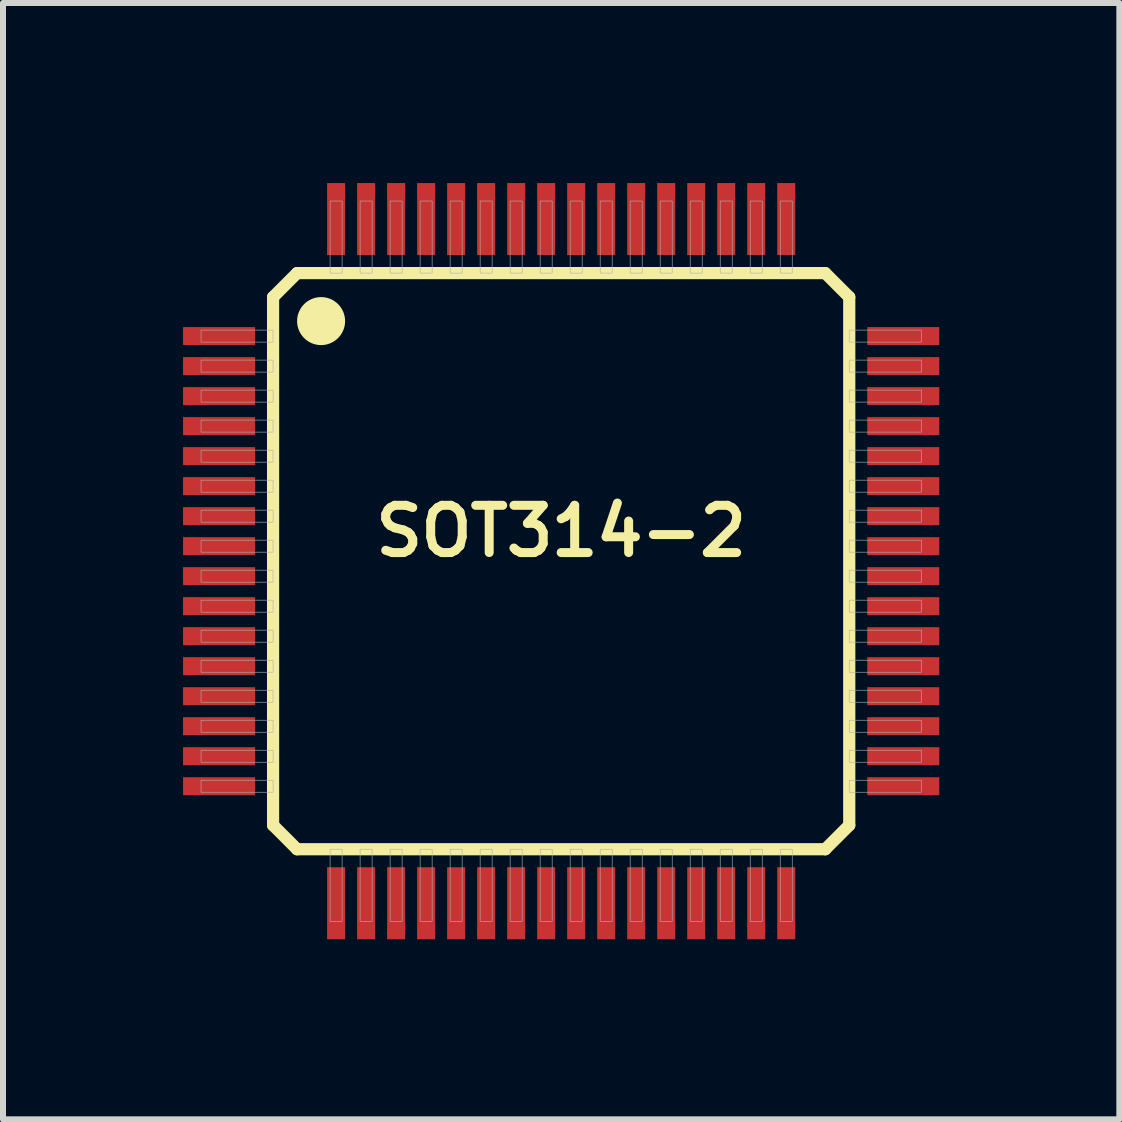
<source format=kicad_pcb>
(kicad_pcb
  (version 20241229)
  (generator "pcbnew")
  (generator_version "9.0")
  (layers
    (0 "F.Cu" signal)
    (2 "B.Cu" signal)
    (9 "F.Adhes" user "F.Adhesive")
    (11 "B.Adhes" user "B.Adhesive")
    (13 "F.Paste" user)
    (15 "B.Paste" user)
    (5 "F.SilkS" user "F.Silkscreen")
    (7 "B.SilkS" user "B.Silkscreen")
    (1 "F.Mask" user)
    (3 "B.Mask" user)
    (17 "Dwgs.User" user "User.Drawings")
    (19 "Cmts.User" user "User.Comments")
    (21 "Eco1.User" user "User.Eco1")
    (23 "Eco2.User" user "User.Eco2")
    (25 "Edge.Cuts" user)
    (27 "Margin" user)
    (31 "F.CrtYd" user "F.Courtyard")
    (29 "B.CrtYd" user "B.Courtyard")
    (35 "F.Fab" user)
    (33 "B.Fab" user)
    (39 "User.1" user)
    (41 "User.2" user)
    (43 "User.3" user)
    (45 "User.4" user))
  (footprint "SOT314-2"
    (layer "F.Cu")
    (at 6.3 6.3)
    (property "Reference" "SOT314-2" (at 0 -0.5 0) (layer "F.SilkS") (effects (font (size 0.787 0.787) (thickness 0.15))))
    (attr through_hole)
    (fp_line (start -4.8 -4.4) (end -4.4 -4.8) (stroke (width 0.203) (type solid)) (layer "F.SilkS"))
    (fp_line (start -4.8 4.4) (end -4.8 -4.4) (stroke (width 0.203) (type solid)) (layer "F.SilkS"))
    (fp_line (start -4.4 -4.8) (end 4.4 -4.8) (stroke (width 0.203) (type solid)) (layer "F.SilkS"))
    (fp_line (start -4.4 4.8) (end -4.8 4.4) (stroke (width 0.203) (type solid)) (layer "F.SilkS"))
    (fp_line (start 4.4 -4.8) (end 4.8 -4.4) (stroke (width 0.203) (type solid)) (layer "F.SilkS"))
    (fp_line (start 4.4 4.8) (end -4.4 4.8) (stroke (width 0.203) (type solid)) (layer "F.SilkS"))
    (fp_line (start 4.8 -4.4) (end 4.8 4.4) (stroke (width 0.203) (type solid)) (layer "F.SilkS"))
    (fp_line (start 4.8 4.4) (end 4.4 4.8) (stroke (width 0.203) (type solid)) (layer "F.SilkS"))
    (fp_circle (center -4 -4) (end -3.6 -4) (stroke (width 0) (type solid)) (fill yes) (layer "F.SilkS"))
    (fp_poly (pts (xy -6 -3.85) (xy -4.8 -3.85) (xy -4.8 -3.65) (xy -6 -3.65)) (stroke (width 0.01) (type solid)) (fill no) (layer "F.Fab"))
    (fp_poly (pts (xy -6 -3.35) (xy -4.8 -3.35) (xy -4.8 -3.15) (xy -6 -3.15)) (stroke (width 0.01) (type solid)) (fill no) (layer "F.Fab"))
    (fp_poly (pts (xy -6 -2.85) (xy -4.8 -2.85) (xy -4.8 -2.65) (xy -6 -2.65)) (stroke (width 0.01) (type solid)) (fill no) (layer "F.Fab"))
    (fp_poly (pts (xy -6 -2.35) (xy -4.8 -2.35) (xy -4.8 -2.15) (xy -6 -2.15)) (stroke (width 0.01) (type solid)) (fill no) (layer "F.Fab"))
    (fp_poly (pts (xy -6 -1.85) (xy -4.8 -1.85) (xy -4.8 -1.65) (xy -6 -1.65)) (stroke (width 0.01) (type solid)) (fill no) (layer "F.Fab"))
    (fp_poly (pts (xy -6 -1.35) (xy -4.8 -1.35) (xy -4.8 -1.15) (xy -6 -1.15)) (stroke (width 0.01) (type solid)) (fill no) (layer "F.Fab"))
    (fp_poly (pts (xy -6 -0.85) (xy -4.8 -0.85) (xy -4.8 -0.65) (xy -6 -0.65)) (stroke (width 0.01) (type solid)) (fill no) (layer "F.Fab"))
    (fp_poly (pts (xy -6 -0.35) (xy -4.8 -0.35) (xy -4.8 -0.15) (xy -6 -0.15)) (stroke (width 0.01) (type solid)) (fill no) (layer "F.Fab"))
    (fp_poly (pts (xy -6 0.15) (xy -4.8 0.15) (xy -4.8 0.35) (xy -6 0.35)) (stroke (width 0.01) (type solid)) (fill no) (layer "F.Fab"))
    (fp_poly (pts (xy -6 0.65) (xy -4.8 0.65) (xy -4.8 0.85) (xy -6 0.85)) (stroke (width 0.01) (type solid)) (fill no) (layer "F.Fab"))
    (fp_poly (pts (xy -6 1.15) (xy -4.8 1.15) (xy -4.8 1.35) (xy -6 1.35)) (stroke (width 0.01) (type solid)) (fill no) (layer "F.Fab"))
    (fp_poly (pts (xy -6 1.65) (xy -4.8 1.65) (xy -4.8 1.85) (xy -6 1.85)) (stroke (width 0.01) (type solid)) (fill no) (layer "F.Fab"))
    (fp_poly (pts (xy -6 2.15) (xy -4.8 2.15) (xy -4.8 2.35) (xy -6 2.35)) (stroke (width 0.01) (type solid)) (fill no) (layer "F.Fab"))
    (fp_poly (pts (xy -6 2.65) (xy -4.8 2.65) (xy -4.8 2.85) (xy -6 2.85)) (stroke (width 0.01) (type solid)) (fill no) (layer "F.Fab"))
    (fp_poly (pts (xy -6 3.15) (xy -4.8 3.15) (xy -4.8 3.35) (xy -6 3.35)) (stroke (width 0.01) (type solid)) (fill no) (layer "F.Fab"))
    (fp_poly (pts (xy -6 3.65) (xy -4.8 3.65) (xy -4.8 3.85) (xy -6 3.85)) (stroke (width 0.01) (type solid)) (fill no) (layer "F.Fab"))
    (fp_poly (pts (xy -3.85 -6) (xy -3.65 -6) (xy -3.65 -4.8) (xy -3.85 -4.8)) (stroke (width 0.01) (type solid)) (fill no) (layer "F.Fab"))
    (fp_poly (pts (xy -3.85 4.8) (xy -3.65 4.8) (xy -3.65 6) (xy -3.85 6)) (stroke (width 0.01) (type solid)) (fill no) (layer "F.Fab"))
    (fp_poly (pts (xy -3.35 -6) (xy -3.15 -6) (xy -3.15 -4.8) (xy -3.35 -4.8)) (stroke (width 0.01) (type solid)) (fill no) (layer "F.Fab"))
    (fp_poly (pts (xy -3.35 4.8) (xy -3.15 4.8) (xy -3.15 6) (xy -3.35 6)) (stroke (width 0.01) (type solid)) (fill no) (layer "F.Fab"))
    (fp_poly (pts (xy -2.85 -6) (xy -2.65 -6) (xy -2.65 -4.8) (xy -2.85 -4.8)) (stroke (width 0.01) (type solid)) (fill no) (layer "F.Fab"))
    (fp_poly (pts (xy -2.85 4.8) (xy -2.65 4.8) (xy -2.65 6) (xy -2.85 6)) (stroke (width 0.01) (type solid)) (fill no) (layer "F.Fab"))
    (fp_poly (pts (xy -2.35 -6) (xy -2.15 -6) (xy -2.15 -4.8) (xy -2.35 -4.8)) (stroke (width 0.01) (type solid)) (fill no) (layer "F.Fab"))
    (fp_poly (pts (xy -2.35 4.8) (xy -2.15 4.8) (xy -2.15 6) (xy -2.35 6)) (stroke (width 0.01) (type solid)) (fill no) (layer "F.Fab"))
    (fp_poly (pts (xy -1.85 -6) (xy -1.65 -6) (xy -1.65 -4.8) (xy -1.85 -4.8)) (stroke (width 0.01) (type solid)) (fill no) (layer "F.Fab"))
    (fp_poly (pts (xy -1.85 4.8) (xy -1.65 4.8) (xy -1.65 6) (xy -1.85 6)) (stroke (width 0.01) (type solid)) (fill no) (layer "F.Fab"))
    (fp_poly (pts (xy -1.35 -6) (xy -1.15 -6) (xy -1.15 -4.8) (xy -1.35 -4.8)) (stroke (width 0.01) (type solid)) (fill no) (layer "F.Fab"))
    (fp_poly (pts (xy -1.35 4.8) (xy -1.15 4.8) (xy -1.15 6) (xy -1.35 6)) (stroke (width 0.01) (type solid)) (fill no) (layer "F.Fab"))
    (fp_poly (pts (xy -0.85 -6) (xy -0.65 -6) (xy -0.65 -4.8) (xy -0.85 -4.8)) (stroke (width 0.01) (type solid)) (fill no) (layer "F.Fab"))
    (fp_poly (pts (xy -0.85 4.8) (xy -0.65 4.8) (xy -0.65 6) (xy -0.85 6)) (stroke (width 0.01) (type solid)) (fill no) (layer "F.Fab"))
    (fp_poly (pts (xy -0.35 -6) (xy -0.15 -6) (xy -0.15 -4.8) (xy -0.35 -4.8)) (stroke (width 0.01) (type solid)) (fill no) (layer "F.Fab"))
    (fp_poly (pts (xy -0.35 4.8) (xy -0.15 4.8) (xy -0.15 6) (xy -0.35 6)) (stroke (width 0.01) (type solid)) (fill no) (layer "F.Fab"))
    (fp_poly (pts (xy 0.15 -6) (xy 0.35 -6) (xy 0.35 -4.8) (xy 0.15 -4.8)) (stroke (width 0.01) (type solid)) (fill no) (layer "F.Fab"))
    (fp_poly (pts (xy 0.15 4.8) (xy 0.35 4.8) (xy 0.35 6) (xy 0.15 6)) (stroke (width 0.01) (type solid)) (fill no) (layer "F.Fab"))
    (fp_poly (pts (xy 0.65 -6) (xy 0.85 -6) (xy 0.85 -4.8) (xy 0.65 -4.8)) (stroke (width 0.01) (type solid)) (fill no) (layer "F.Fab"))
    (fp_poly (pts (xy 0.65 4.8) (xy 0.85 4.8) (xy 0.85 6) (xy 0.65 6)) (stroke (width 0.01) (type solid)) (fill no) (layer "F.Fab"))
    (fp_poly (pts (xy 1.15 -6) (xy 1.35 -6) (xy 1.35 -4.8) (xy 1.15 -4.8)) (stroke (width 0.01) (type solid)) (fill no) (layer "F.Fab"))
    (fp_poly (pts (xy 1.15 4.8) (xy 1.35 4.8) (xy 1.35 6) (xy 1.15 6)) (stroke (width 0.01) (type solid)) (fill no) (layer "F.Fab"))
    (fp_poly (pts (xy 1.65 -6) (xy 1.85 -6) (xy 1.85 -4.8) (xy 1.65 -4.8)) (stroke (width 0.01) (type solid)) (fill no) (layer "F.Fab"))
    (fp_poly (pts (xy 1.65 4.8) (xy 1.85 4.8) (xy 1.85 6) (xy 1.65 6)) (stroke (width 0.01) (type solid)) (fill no) (layer "F.Fab"))
    (fp_poly (pts (xy 2.15 -6) (xy 2.35 -6) (xy 2.35 -4.8) (xy 2.15 -4.8)) (stroke (width 0.01) (type solid)) (fill no) (layer "F.Fab"))
    (fp_poly (pts (xy 2.15 4.8) (xy 2.35 4.8) (xy 2.35 6) (xy 2.15 6)) (stroke (width 0.01) (type solid)) (fill no) (layer "F.Fab"))
    (fp_poly (pts (xy 2.65 -6) (xy 2.85 -6) (xy 2.85 -4.8) (xy 2.65 -4.8)) (stroke (width 0.01) (type solid)) (fill no) (layer "F.Fab"))
    (fp_poly (pts (xy 2.65 4.8) (xy 2.85 4.8) (xy 2.85 6) (xy 2.65 6)) (stroke (width 0.01) (type solid)) (fill no) (layer "F.Fab"))
    (fp_poly (pts (xy 3.15 -6) (xy 3.35 -6) (xy 3.35 -4.8) (xy 3.15 -4.8)) (stroke (width 0.01) (type solid)) (fill no) (layer "F.Fab"))
    (fp_poly (pts (xy 3.15 4.8) (xy 3.35 4.8) (xy 3.35 6) (xy 3.15 6)) (stroke (width 0.01) (type solid)) (fill no) (layer "F.Fab"))
    (fp_poly (pts (xy 3.65 -6) (xy 3.85 -6) (xy 3.85 -4.8) (xy 3.65 -4.8)) (stroke (width 0.01) (type solid)) (fill no) (layer "F.Fab"))
    (fp_poly (pts (xy 3.65 4.8) (xy 3.85 4.8) (xy 3.85 6) (xy 3.65 6)) (stroke (width 0.01) (type solid)) (fill no) (layer "F.Fab"))
    (fp_poly (pts (xy 4.8 -3.85) (xy 6 -3.85) (xy 6 -3.65) (xy 4.8 -3.65)) (stroke (width 0.01) (type solid)) (fill no) (layer "F.Fab"))
    (fp_poly (pts (xy 4.8 -3.35) (xy 6 -3.35) (xy 6 -3.15) (xy 4.8 -3.15)) (stroke (width 0.01) (type solid)) (fill no) (layer "F.Fab"))
    (fp_poly (pts (xy 4.8 -2.85) (xy 6 -2.85) (xy 6 -2.65) (xy 4.8 -2.65)) (stroke (width 0.01) (type solid)) (fill no) (layer "F.Fab"))
    (fp_poly (pts (xy 4.8 -2.35) (xy 6 -2.35) (xy 6 -2.15) (xy 4.8 -2.15)) (stroke (width 0.01) (type solid)) (fill no) (layer "F.Fab"))
    (fp_poly (pts (xy 4.8 -1.85) (xy 6 -1.85) (xy 6 -1.65) (xy 4.8 -1.65)) (stroke (width 0.01) (type solid)) (fill no) (layer "F.Fab"))
    (fp_poly (pts (xy 4.8 -1.35) (xy 6 -1.35) (xy 6 -1.15) (xy 4.8 -1.15)) (stroke (width 0.01) (type solid)) (fill no) (layer "F.Fab"))
    (fp_poly (pts (xy 4.8 -0.85) (xy 6 -0.85) (xy 6 -0.65) (xy 4.8 -0.65)) (stroke (width 0.01) (type solid)) (fill no) (layer "F.Fab"))
    (fp_poly (pts (xy 4.8 -0.35) (xy 6 -0.35) (xy 6 -0.15) (xy 4.8 -0.15)) (stroke (width 0.01) (type solid)) (fill no) (layer "F.Fab"))
    (fp_poly (pts (xy 4.8 0.15) (xy 6 0.15) (xy 6 0.35) (xy 4.8 0.35)) (stroke (width 0.01) (type solid)) (fill no) (layer "F.Fab"))
    (fp_poly (pts (xy 4.8 0.65) (xy 6 0.65) (xy 6 0.85) (xy 4.8 0.85)) (stroke (width 0.01) (type solid)) (fill no) (layer "F.Fab"))
    (fp_poly (pts (xy 4.8 1.15) (xy 6 1.15) (xy 6 1.35) (xy 4.8 1.35)) (stroke (width 0.01) (type solid)) (fill no) (layer "F.Fab"))
    (fp_poly (pts (xy 4.8 1.65) (xy 6 1.65) (xy 6 1.85) (xy 4.8 1.85)) (stroke (width 0.01) (type solid)) (fill no) (layer "F.Fab"))
    (fp_poly (pts (xy 4.8 2.15) (xy 6 2.15) (xy 6 2.35) (xy 4.8 2.35)) (stroke (width 0.01) (type solid)) (fill no) (layer "F.Fab"))
    (fp_poly (pts (xy 4.8 2.65) (xy 6 2.65) (xy 6 2.85) (xy 4.8 2.85)) (stroke (width 0.01) (type solid)) (fill no) (layer "F.Fab"))
    (fp_poly (pts (xy 4.8 3.15) (xy 6 3.15) (xy 6 3.35) (xy 4.8 3.35)) (stroke (width 0.01) (type solid)) (fill no) (layer "F.Fab"))
    (fp_poly (pts (xy 4.8 3.65) (xy 6 3.65) (xy 6 3.85) (xy 4.8 3.85)) (stroke (width 0.01) (type solid)) (fill no) (layer "F.Fab"))
    (pad "1" smd rect (at -5.7 -3.75) (size 1.2 0.3) (layers "F.Cu" "F.Mask" "F.Paste"))
    (pad "2" smd rect (at -5.7 -3.25) (size 1.2 0.3) (layers "F.Cu" "F.Mask" "F.Paste"))
    (pad "3" smd rect (at -5.7 -2.75) (size 1.2 0.3) (layers "F.Cu" "F.Mask" "F.Paste"))
    (pad "4" smd rect (at -5.7 -2.25) (size 1.2 0.3) (layers "F.Cu" "F.Mask" "F.Paste"))
    (pad "5" smd rect (at -5.7 -1.75) (size 1.2 0.3) (layers "F.Cu" "F.Mask" "F.Paste"))
    (pad "6" smd rect (at -5.7 -1.25) (size 1.2 0.3) (layers "F.Cu" "F.Mask" "F.Paste"))
    (pad "7" smd rect (at -5.7 -0.75) (size 1.2 0.3) (layers "F.Cu" "F.Mask" "F.Paste"))
    (pad "8" smd rect (at -5.7 -0.25) (size 1.2 0.3) (layers "F.Cu" "F.Mask" "F.Paste"))
    (pad "9" smd rect (at -5.7 0.25) (size 1.2 0.3) (layers "F.Cu" "F.Mask" "F.Paste"))
    (pad "10" smd rect (at -5.7 0.75) (size 1.2 0.3) (layers "F.Cu" "F.Mask" "F.Paste"))
    (pad "11" smd rect (at -5.7 1.25) (size 1.2 0.3) (layers "F.Cu" "F.Mask" "F.Paste"))
    (pad "12" smd rect (at -5.7 1.75) (size 1.2 0.3) (layers "F.Cu" "F.Mask" "F.Paste"))
    (pad "13" smd rect (at -5.7 2.25) (size 1.2 0.3) (layers "F.Cu" "F.Mask" "F.Paste"))
    (pad "14" smd rect (at -5.7 2.75) (size 1.2 0.3) (layers "F.Cu" "F.Mask" "F.Paste"))
    (pad "15" smd rect (at -5.7 3.25) (size 1.2 0.3) (layers "F.Cu" "F.Mask" "F.Paste"))
    (pad "16" smd rect (at -5.7 3.75) (size 1.2 0.3) (layers "F.Cu" "F.Mask" "F.Paste"))
    (pad "17" smd rect (at -3.75 5.7) (size 0.3 1.2) (layers "F.Cu" "F.Mask" "F.Paste"))
    (pad "18" smd rect (at -3.25 5.7) (size 0.3 1.2) (layers "F.Cu" "F.Mask" "F.Paste"))
    (pad "19" smd rect (at -2.75 5.7) (size 0.3 1.2) (layers "F.Cu" "F.Mask" "F.Paste"))
    (pad "20" smd rect (at -2.25 5.7) (size 0.3 1.2) (layers "F.Cu" "F.Mask" "F.Paste"))
    (pad "21" smd rect (at -1.75 5.7) (size 0.3 1.2) (layers "F.Cu" "F.Mask" "F.Paste"))
    (pad "22" smd rect (at -1.25 5.7) (size 0.3 1.2) (layers "F.Cu" "F.Mask" "F.Paste"))
    (pad "23" smd rect (at -0.75 5.7) (size 0.3 1.2) (layers "F.Cu" "F.Mask" "F.Paste"))
    (pad "24" smd rect (at -0.25 5.7) (size 0.3 1.2) (layers "F.Cu" "F.Mask" "F.Paste"))
    (pad "25" smd rect (at 0.25 5.7) (size 0.3 1.2) (layers "F.Cu" "F.Mask" "F.Paste"))
    (pad "26" smd rect (at 0.75 5.7) (size 0.3 1.2) (layers "F.Cu" "F.Mask" "F.Paste"))
    (pad "27" smd rect (at 1.25 5.7) (size 0.3 1.2) (layers "F.Cu" "F.Mask" "F.Paste"))
    (pad "28" smd rect (at 1.75 5.7) (size 0.3 1.2) (layers "F.Cu" "F.Mask" "F.Paste"))
    (pad "29" smd rect (at 2.25 5.7) (size 0.3 1.2) (layers "F.Cu" "F.Mask" "F.Paste"))
    (pad "30" smd rect (at 2.75 5.7) (size 0.3 1.2) (layers "F.Cu" "F.Mask" "F.Paste"))
    (pad "31" smd rect (at 3.25 5.7) (size 0.3 1.2) (layers "F.Cu" "F.Mask" "F.Paste"))
    (pad "32" smd rect (at 3.75 5.7) (size 0.3 1.2) (layers "F.Cu" "F.Mask" "F.Paste"))
    (pad "33" smd rect (at 5.7 3.75) (size 1.2 0.3) (layers "F.Cu" "F.Mask" "F.Paste"))
    (pad "34" smd rect (at 5.7 3.25) (size 1.2 0.3) (layers "F.Cu" "F.Mask" "F.Paste"))
    (pad "35" smd rect (at 5.7 2.75) (size 1.2 0.3) (layers "F.Cu" "F.Mask" "F.Paste"))
    (pad "36" smd rect (at 5.7 2.25) (size 1.2 0.3) (layers "F.Cu" "F.Mask" "F.Paste"))
    (pad "37" smd rect (at 5.7 1.75) (size 1.2 0.3) (layers "F.Cu" "F.Mask" "F.Paste"))
    (pad "38" smd rect (at 5.7 1.25) (size 1.2 0.3) (layers "F.Cu" "F.Mask" "F.Paste"))
    (pad "39" smd rect (at 5.7 0.75) (size 1.2 0.3) (layers "F.Cu" "F.Mask" "F.Paste"))
    (pad "40" smd rect (at 5.7 0.25) (size 1.2 0.3) (layers "F.Cu" "F.Mask" "F.Paste"))
    (pad "41" smd rect (at 5.7 -0.25) (size 1.2 0.3) (layers "F.Cu" "F.Mask" "F.Paste"))
    (pad "42" smd rect (at 5.7 -0.75) (size 1.2 0.3) (layers "F.Cu" "F.Mask" "F.Paste"))
    (pad "43" smd rect (at 5.7 -1.25) (size 1.2 0.3) (layers "F.Cu" "F.Mask" "F.Paste"))
    (pad "44" smd rect (at 5.7 -1.75) (size 1.2 0.3) (layers "F.Cu" "F.Mask" "F.Paste"))
    (pad "45" smd rect (at 5.7 -2.25) (size 1.2 0.3) (layers "F.Cu" "F.Mask" "F.Paste"))
    (pad "46" smd rect (at 5.7 -2.75) (size 1.2 0.3) (layers "F.Cu" "F.Mask" "F.Paste"))
    (pad "47" smd rect (at 5.7 -3.25) (size 1.2 0.3) (layers "F.Cu" "F.Mask" "F.Paste"))
    (pad "48" smd rect (at 5.7 -3.75) (size 1.2 0.3) (layers "F.Cu" "F.Mask" "F.Paste"))
    (pad "49" smd rect (at 3.75 -5.7) (size 0.3 1.2) (layers "F.Cu" "F.Mask" "F.Paste"))
    (pad "50" smd rect (at 3.25 -5.7) (size 0.3 1.2) (layers "F.Cu" "F.Mask" "F.Paste"))
    (pad "51" smd rect (at 2.75 -5.7) (size 0.3 1.2) (layers "F.Cu" "F.Mask" "F.Paste"))
    (pad "52" smd rect (at 2.25 -5.7) (size 0.3 1.2) (layers "F.Cu" "F.Mask" "F.Paste"))
    (pad "53" smd rect (at 1.75 -5.7) (size 0.3 1.2) (layers "F.Cu" "F.Mask" "F.Paste"))
    (pad "54" smd rect (at 1.25 -5.7) (size 0.3 1.2) (layers "F.Cu" "F.Mask" "F.Paste"))
    (pad "55" smd rect (at 0.75 -5.7) (size 0.3 1.2) (layers "F.Cu" "F.Mask" "F.Paste"))
    (pad "56" smd rect (at 0.25 -5.7) (size 0.3 1.2) (layers "F.Cu" "F.Mask" "F.Paste"))
    (pad "57" smd rect (at -0.25 -5.7) (size 0.3 1.2) (layers "F.Cu" "F.Mask" "F.Paste"))
    (pad "58" smd rect (at -0.75 -5.7) (size 0.3 1.2) (layers "F.Cu" "F.Mask" "F.Paste"))
    (pad "59" smd rect (at -1.25 -5.7) (size 0.3 1.2) (layers "F.Cu" "F.Mask" "F.Paste"))
    (pad "60" smd rect (at -1.75 -5.7) (size 0.3 1.2) (layers "F.Cu" "F.Mask" "F.Paste"))
    (pad "61" smd rect (at -2.25 -5.7) (size 0.3 1.2) (layers "F.Cu" "F.Mask" "F.Paste"))
    (pad "62" smd rect (at -2.75 -5.7) (size 0.3 1.2) (layers "F.Cu" "F.Mask" "F.Paste"))
    (pad "63" smd rect (at -3.25 -5.7) (size 0.3 1.2) (layers "F.Cu" "F.Mask" "F.Paste"))
    (pad "64" smd rect (at -3.75 -5.7) (size 0.3 1.2) (layers "F.Cu" "F.Mask" "F.Paste")))
  (gr_rect
    (start -3 -3)
    (end 15.6 15.6)
    (stroke (width 0.1) (type default))
    (fill no)
    (layer "Edge.Cuts")))
</source>
